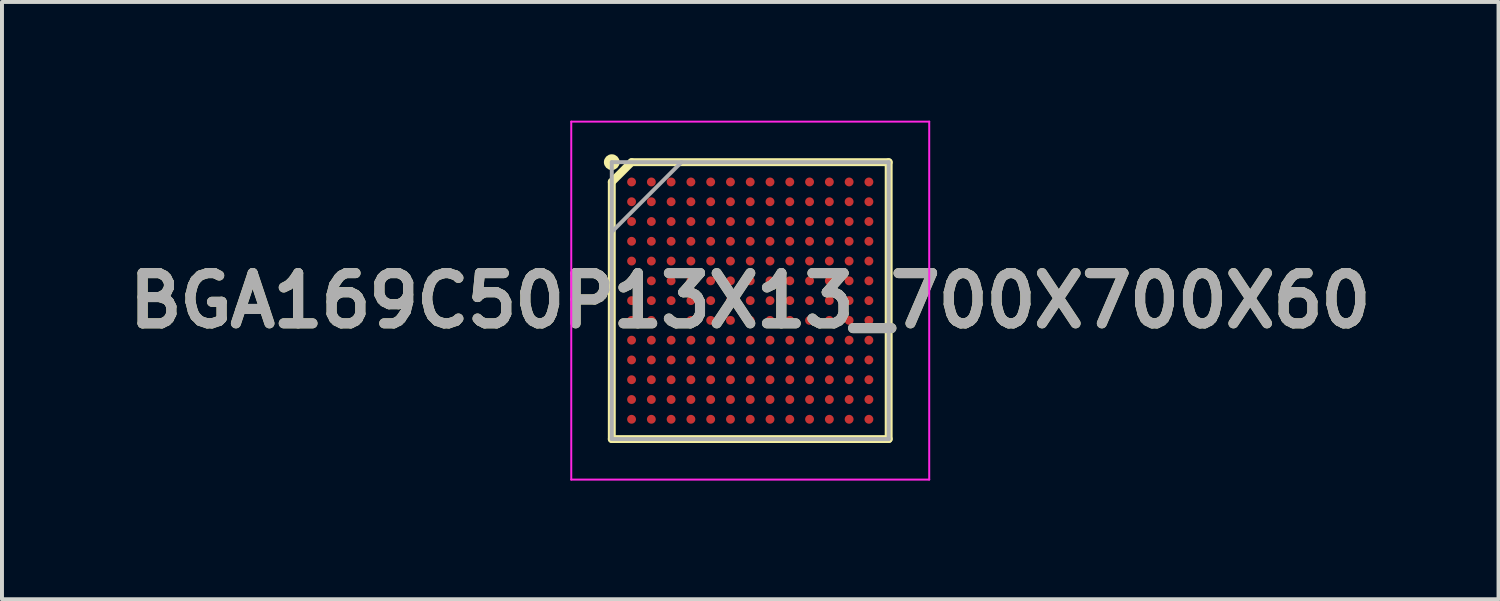
<source format=kicad_pcb>
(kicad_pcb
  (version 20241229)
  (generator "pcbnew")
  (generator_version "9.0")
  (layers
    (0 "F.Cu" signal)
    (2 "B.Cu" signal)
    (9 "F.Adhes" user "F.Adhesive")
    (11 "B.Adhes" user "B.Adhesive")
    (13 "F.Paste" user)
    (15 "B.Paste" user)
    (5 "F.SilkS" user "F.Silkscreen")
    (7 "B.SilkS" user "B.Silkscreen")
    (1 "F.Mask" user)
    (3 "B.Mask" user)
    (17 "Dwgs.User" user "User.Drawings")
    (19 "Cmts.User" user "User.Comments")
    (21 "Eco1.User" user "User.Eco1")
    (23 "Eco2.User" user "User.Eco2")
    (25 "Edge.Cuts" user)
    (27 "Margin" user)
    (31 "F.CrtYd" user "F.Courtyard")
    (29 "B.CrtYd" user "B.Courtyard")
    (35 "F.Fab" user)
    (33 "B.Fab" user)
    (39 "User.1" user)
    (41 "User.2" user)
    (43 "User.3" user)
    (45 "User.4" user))
  (footprint "BGA169C50P13X13_700X700X60"
    (layer "F.Cu")
    (at 15.917 4.55)
    (property "Reference" "BGA169C50P13X13_700X700X60" (at 0 0 0) (layer "F.SilkS") (effects (font (size 1.27 1.27) (thickness 0.254))))
    (attr smd)
    (fp_line (start -3.5 -3) (end -3 -3.5) (stroke (width 0.2) (type solid)) (layer "F.SilkS"))
    (fp_line (start -3.5 3.5) (end -3.5 -3) (stroke (width 0.2) (type solid)) (layer "F.SilkS"))
    (fp_line (start -3 -3.5) (end 3.5 -3.5) (stroke (width 0.2) (type solid)) (layer "F.SilkS"))
    (fp_line (start 3.5 -3.5) (end 3.5 3.5) (stroke (width 0.2) (type solid)) (layer "F.SilkS"))
    (fp_line (start 3.5 3.5) (end -3.5 3.5) (stroke (width 0.2) (type solid)) (layer "F.SilkS"))
    (fp_circle (center -3.5 -3.5) (end -3.5 -3.4) (stroke (width 0.2) (type solid)) (fill no) (layer "F.SilkS"))
    (fp_line (start -4.525 -4.525) (end 4.525 -4.525) (stroke (width 0.05) (type solid)) (layer "F.CrtYd"))
    (fp_line (start -4.525 4.525) (end -4.525 -4.525) (stroke (width 0.05) (type solid)) (layer "F.CrtYd"))
    (fp_line (start 4.525 -4.525) (end 4.525 4.525) (stroke (width 0.05) (type solid)) (layer "F.CrtYd"))
    (fp_line (start 4.525 4.525) (end -4.525 4.525) (stroke (width 0.05) (type solid)) (layer "F.CrtYd"))
    (fp_line (start -3.5 -3.5) (end 3.5 -3.5) (stroke (width 0.1) (type solid)) (layer "F.Fab"))
    (fp_line (start -3.5 -1.738) (end -1.738 -3.5) (stroke (width 0.1) (type solid)) (layer "F.Fab"))
    (fp_line (start -3.5 3.5) (end -3.5 -3.5) (stroke (width 0.1) (type solid)) (layer "F.Fab"))
    (fp_line (start 3.5 -3.5) (end 3.5 3.5) (stroke (width 0.1) (type solid)) (layer "F.Fab"))
    (fp_line (start 3.5 3.5) (end -3.5 3.5) (stroke (width 0.1) (type solid)) (layer "F.Fab"))
    (fp_text user "${REFERENCE}" (at 0 0 0) (layer "F.Fab") (effects (font (size 1.27 1.27) (thickness 0.254))))
    (pad "A1" smd circle (at -3 -3 90) (size 0.224 0.224) (layers "F.Cu" "F.Mask" "F.Paste"))
    (pad "A2" smd circle (at -2.5 -3 90) (size 0.224 0.224) (layers "F.Cu" "F.Mask" "F.Paste"))
    (pad "A3" smd circle (at -2 -3 90) (size 0.224 0.224) (layers "F.Cu" "F.Mask" "F.Paste"))
    (pad "A4" smd circle (at -1.5 -3 90) (size 0.224 0.224) (layers "F.Cu" "F.Mask" "F.Paste"))
    (pad "A5" smd circle (at -1 -3 90) (size 0.224 0.224) (layers "F.Cu" "F.Mask" "F.Paste"))
    (pad "A6" smd circle (at -0.5 -3 90) (size 0.224 0.224) (layers "F.Cu" "F.Mask" "F.Paste"))
    (pad "A7" smd circle (at 0 -3 90) (size 0.224 0.224) (layers "F.Cu" "F.Mask" "F.Paste"))
    (pad "A8" smd circle (at 0.5 -3 90) (size 0.224 0.224) (layers "F.Cu" "F.Mask" "F.Paste"))
    (pad "A9" smd circle (at 1 -3 90) (size 0.224 0.224) (layers "F.Cu" "F.Mask" "F.Paste"))
    (pad "A10" smd circle (at 1.5 -3 90) (size 0.224 0.224) (layers "F.Cu" "F.Mask" "F.Paste"))
    (pad "A11" smd circle (at 2 -3 90) (size 0.224 0.224) (layers "F.Cu" "F.Mask" "F.Paste"))
    (pad "A12" smd circle (at 2.5 -3 90) (size 0.224 0.224) (layers "F.Cu" "F.Mask" "F.Paste"))
    (pad "A13" smd circle (at 3 -3 90) (size 0.224 0.224) (layers "F.Cu" "F.Mask" "F.Paste"))
    (pad "B1" smd circle (at -3 -2.5 90) (size 0.224 0.224) (layers "F.Cu" "F.Mask" "F.Paste"))
    (pad "B2" smd circle (at -2.5 -2.5 90) (size 0.224 0.224) (layers "F.Cu" "F.Mask" "F.Paste"))
    (pad "B3" smd circle (at -2 -2.5 90) (size 0.224 0.224) (layers "F.Cu" "F.Mask" "F.Paste"))
    (pad "B4" smd circle (at -1.5 -2.5 90) (size 0.224 0.224) (layers "F.Cu" "F.Mask" "F.Paste"))
    (pad "B5" smd circle (at -1 -2.5 90) (size 0.224 0.224) (layers "F.Cu" "F.Mask" "F.Paste"))
    (pad "B6" smd circle (at -0.5 -2.5 90) (size 0.224 0.224) (layers "F.Cu" "F.Mask" "F.Paste"))
    (pad "B7" smd circle (at 0 -2.5 90) (size 0.224 0.224) (layers "F.Cu" "F.Mask" "F.Paste"))
    (pad "B8" smd circle (at 0.5 -2.5 90) (size 0.224 0.224) (layers "F.Cu" "F.Mask" "F.Paste"))
    (pad "B9" smd circle (at 1 -2.5 90) (size 0.224 0.224) (layers "F.Cu" "F.Mask" "F.Paste"))
    (pad "B10" smd circle (at 1.5 -2.5 90) (size 0.224 0.224) (layers "F.Cu" "F.Mask" "F.Paste"))
    (pad "B11" smd circle (at 2 -2.5 90) (size 0.224 0.224) (layers "F.Cu" "F.Mask" "F.Paste"))
    (pad "B12" smd circle (at 2.5 -2.5 90) (size 0.224 0.224) (layers "F.Cu" "F.Mask" "F.Paste"))
    (pad "B13" smd circle (at 3 -2.5 90) (size 0.224 0.224) (layers "F.Cu" "F.Mask" "F.Paste"))
    (pad "C1" smd circle (at -3 -2 90) (size 0.224 0.224) (layers "F.Cu" "F.Mask" "F.Paste"))
    (pad "C2" smd circle (at -2.5 -2 90) (size 0.224 0.224) (layers "F.Cu" "F.Mask" "F.Paste"))
    (pad "C3" smd circle (at -2 -2 90) (size 0.224 0.224) (layers "F.Cu" "F.Mask" "F.Paste"))
    (pad "C4" smd circle (at -1.5 -2 90) (size 0.224 0.224) (layers "F.Cu" "F.Mask" "F.Paste"))
    (pad "C5" smd circle (at -1 -2 90) (size 0.224 0.224) (layers "F.Cu" "F.Mask" "F.Paste"))
    (pad "C6" smd circle (at -0.5 -2 90) (size 0.224 0.224) (layers "F.Cu" "F.Mask" "F.Paste"))
    (pad "C7" smd circle (at 0 -2 90) (size 0.224 0.224) (layers "F.Cu" "F.Mask" "F.Paste"))
    (pad "C8" smd circle (at 0.5 -2 90) (size 0.224 0.224) (layers "F.Cu" "F.Mask" "F.Paste"))
    (pad "C9" smd circle (at 1 -2 90) (size 0.224 0.224) (layers "F.Cu" "F.Mask" "F.Paste"))
    (pad "C10" smd circle (at 1.5 -2 90) (size 0.224 0.224) (layers "F.Cu" "F.Mask" "F.Paste"))
    (pad "C11" smd circle (at 2 -2 90) (size 0.224 0.224) (layers "F.Cu" "F.Mask" "F.Paste"))
    (pad "C12" smd circle (at 2.5 -2 90) (size 0.224 0.224) (layers "F.Cu" "F.Mask" "F.Paste"))
    (pad "C13" smd circle (at 3 -2 90) (size 0.224 0.224) (layers "F.Cu" "F.Mask" "F.Paste"))
    (pad "D1" smd circle (at -3 -1.5 90) (size 0.224 0.224) (layers "F.Cu" "F.Mask" "F.Paste"))
    (pad "D2" smd circle (at -2.5 -1.5 90) (size 0.224 0.224) (layers "F.Cu" "F.Mask" "F.Paste"))
    (pad "D3" smd circle (at -2 -1.5 90) (size 0.224 0.224) (layers "F.Cu" "F.Mask" "F.Paste"))
    (pad "D4" smd circle (at -1.5 -1.5 90) (size 0.224 0.224) (layers "F.Cu" "F.Mask" "F.Paste"))
    (pad "D5" smd circle (at -1 -1.5 90) (size 0.224 0.224) (layers "F.Cu" "F.Mask" "F.Paste"))
    (pad "D6" smd circle (at -0.5 -1.5 90) (size 0.224 0.224) (layers "F.Cu" "F.Mask" "F.Paste"))
    (pad "D7" smd circle (at 0 -1.5 90) (size 0.224 0.224) (layers "F.Cu" "F.Mask" "F.Paste"))
    (pad "D8" smd circle (at 0.5 -1.5 90) (size 0.224 0.224) (layers "F.Cu" "F.Mask" "F.Paste"))
    (pad "D9" smd circle (at 1 -1.5 90) (size 0.224 0.224) (layers "F.Cu" "F.Mask" "F.Paste"))
    (pad "D10" smd circle (at 1.5 -1.5 90) (size 0.224 0.224) (layers "F.Cu" "F.Mask" "F.Paste"))
    (pad "D11" smd circle (at 2 -1.5 90) (size 0.224 0.224) (layers "F.Cu" "F.Mask" "F.Paste"))
    (pad "D12" smd circle (at 2.5 -1.5 90) (size 0.224 0.224) (layers "F.Cu" "F.Mask" "F.Paste"))
    (pad "D13" smd circle (at 3 -1.5 90) (size 0.224 0.224) (layers "F.Cu" "F.Mask" "F.Paste"))
    (pad "E1" smd circle (at -3 -1 90) (size 0.224 0.224) (layers "F.Cu" "F.Mask" "F.Paste"))
    (pad "E2" smd circle (at -2.5 -1 90) (size 0.224 0.224) (layers "F.Cu" "F.Mask" "F.Paste"))
    (pad "E3" smd circle (at -2 -1 90) (size 0.224 0.224) (layers "F.Cu" "F.Mask" "F.Paste"))
    (pad "E4" smd circle (at -1.5 -1 90) (size 0.224 0.224) (layers "F.Cu" "F.Mask" "F.Paste"))
    (pad "E5" smd circle (at -1 -1 90) (size 0.224 0.224) (layers "F.Cu" "F.Mask" "F.Paste"))
    (pad "E6" smd circle (at -0.5 -1 90) (size 0.224 0.224) (layers "F.Cu" "F.Mask" "F.Paste"))
    (pad "E7" smd circle (at 0 -1 90) (size 0.224 0.224) (layers "F.Cu" "F.Mask" "F.Paste"))
    (pad "E8" smd circle (at 0.5 -1 90) (size 0.224 0.224) (layers "F.Cu" "F.Mask" "F.Paste"))
    (pad "E9" smd circle (at 1 -1 90) (size 0.224 0.224) (layers "F.Cu" "F.Mask" "F.Paste"))
    (pad "E10" smd circle (at 1.5 -1 90) (size 0.224 0.224) (layers "F.Cu" "F.Mask" "F.Paste"))
    (pad "E11" smd circle (at 2 -1 90) (size 0.224 0.224) (layers "F.Cu" "F.Mask" "F.Paste"))
    (pad "E12" smd circle (at 2.5 -1 90) (size 0.224 0.224) (layers "F.Cu" "F.Mask" "F.Paste"))
    (pad "E13" smd circle (at 3 -1 90) (size 0.224 0.224) (layers "F.Cu" "F.Mask" "F.Paste"))
    (pad "F1" smd circle (at -3 -0.5 90) (size 0.224 0.224) (layers "F.Cu" "F.Mask" "F.Paste"))
    (pad "F2" smd circle (at -2.5 -0.5 90) (size 0.224 0.224) (layers "F.Cu" "F.Mask" "F.Paste"))
    (pad "F3" smd circle (at -2 -0.5 90) (size 0.224 0.224) (layers "F.Cu" "F.Mask" "F.Paste"))
    (pad "F4" smd circle (at -1.5 -0.5 90) (size 0.224 0.224) (layers "F.Cu" "F.Mask" "F.Paste"))
    (pad "F5" smd circle (at -1 -0.5 90) (size 0.224 0.224) (layers "F.Cu" "F.Mask" "F.Paste"))
    (pad "F6" smd circle (at -0.5 -0.5 90) (size 0.224 0.224) (layers "F.Cu" "F.Mask" "F.Paste"))
    (pad "F7" smd circle (at 0 -0.5 90) (size 0.224 0.224) (layers "F.Cu" "F.Mask" "F.Paste"))
    (pad "F8" smd circle (at 0.5 -0.5 90) (size 0.224 0.224) (layers "F.Cu" "F.Mask" "F.Paste"))
    (pad "F9" smd circle (at 1 -0.5 90) (size 0.224 0.224) (layers "F.Cu" "F.Mask" "F.Paste"))
    (pad "F10" smd circle (at 1.5 -0.5 90) (size 0.224 0.224) (layers "F.Cu" "F.Mask" "F.Paste"))
    (pad "F11" smd circle (at 2 -0.5 90) (size 0.224 0.224) (layers "F.Cu" "F.Mask" "F.Paste"))
    (pad "F12" smd circle (at 2.5 -0.5 90) (size 0.224 0.224) (layers "F.Cu" "F.Mask" "F.Paste"))
    (pad "F13" smd circle (at 3 -0.5 90) (size 0.224 0.224) (layers "F.Cu" "F.Mask" "F.Paste"))
    (pad "G1" smd circle (at -3 0 90) (size 0.224 0.224) (layers "F.Cu" "F.Mask" "F.Paste"))
    (pad "G2" smd circle (at -2.5 0 90) (size 0.224 0.224) (layers "F.Cu" "F.Mask" "F.Paste"))
    (pad "G3" smd circle (at -2 0 90) (size 0.224 0.224) (layers "F.Cu" "F.Mask" "F.Paste"))
    (pad "G4" smd circle (at -1.5 0 90) (size 0.224 0.224) (layers "F.Cu" "F.Mask" "F.Paste"))
    (pad "G5" smd circle (at -1 0 90) (size 0.224 0.224) (layers "F.Cu" "F.Mask" "F.Paste"))
    (pad "G6" smd circle (at -0.5 0 90) (size 0.224 0.224) (layers "F.Cu" "F.Mask" "F.Paste"))
    (pad "G7" smd circle (at 0 0 90) (size 0.224 0.224) (layers "F.Cu" "F.Mask" "F.Paste"))
    (pad "G8" smd circle (at 0.5 0 90) (size 0.224 0.224) (layers "F.Cu" "F.Mask" "F.Paste"))
    (pad "G9" smd circle (at 1 0 90) (size 0.224 0.224) (layers "F.Cu" "F.Mask" "F.Paste"))
    (pad "G10" smd circle (at 1.5 0 90) (size 0.224 0.224) (layers "F.Cu" "F.Mask" "F.Paste"))
    (pad "G11" smd circle (at 2 0 90) (size 0.224 0.224) (layers "F.Cu" "F.Mask" "F.Paste"))
    (pad "G12" smd circle (at 2.5 0 90) (size 0.224 0.224) (layers "F.Cu" "F.Mask" "F.Paste"))
    (pad "G13" smd circle (at 3 0 90) (size 0.224 0.224) (layers "F.Cu" "F.Mask" "F.Paste"))
    (pad "H1" smd circle (at -3 0.5 90) (size 0.224 0.224) (layers "F.Cu" "F.Mask" "F.Paste"))
    (pad "H2" smd circle (at -2.5 0.5 90) (size 0.224 0.224) (layers "F.Cu" "F.Mask" "F.Paste"))
    (pad "H3" smd circle (at -2 0.5 90) (size 0.224 0.224) (layers "F.Cu" "F.Mask" "F.Paste"))
    (pad "H4" smd circle (at -1.5 0.5 90) (size 0.224 0.224) (layers "F.Cu" "F.Mask" "F.Paste"))
    (pad "H5" smd circle (at -1 0.5 90) (size 0.224 0.224) (layers "F.Cu" "F.Mask" "F.Paste"))
    (pad "H6" smd circle (at -0.5 0.5 90) (size 0.224 0.224) (layers "F.Cu" "F.Mask" "F.Paste"))
    (pad "H7" smd circle (at 0 0.5 90) (size 0.224 0.224) (layers "F.Cu" "F.Mask" "F.Paste"))
    (pad "H8" smd circle (at 0.5 0.5 90) (size 0.224 0.224) (layers "F.Cu" "F.Mask" "F.Paste"))
    (pad "H9" smd circle (at 1 0.5 90) (size 0.224 0.224) (layers "F.Cu" "F.Mask" "F.Paste"))
    (pad "H10" smd circle (at 1.5 0.5 90) (size 0.224 0.224) (layers "F.Cu" "F.Mask" "F.Paste"))
    (pad "H11" smd circle (at 2 0.5 90) (size 0.224 0.224) (layers "F.Cu" "F.Mask" "F.Paste"))
    (pad "H12" smd circle (at 2.5 0.5 90) (size 0.224 0.224) (layers "F.Cu" "F.Mask" "F.Paste"))
    (pad "H13" smd circle (at 3 0.5 90) (size 0.224 0.224) (layers "F.Cu" "F.Mask" "F.Paste"))
    (pad "J1" smd circle (at -3 1 90) (size 0.224 0.224) (layers "F.Cu" "F.Mask" "F.Paste"))
    (pad "J2" smd circle (at -2.5 1 90) (size 0.224 0.224) (layers "F.Cu" "F.Mask" "F.Paste"))
    (pad "J3" smd circle (at -2 1 90) (size 0.224 0.224) (layers "F.Cu" "F.Mask" "F.Paste"))
    (pad "J4" smd circle (at -1.5 1 90) (size 0.224 0.224) (layers "F.Cu" "F.Mask" "F.Paste"))
    (pad "J5" smd circle (at -1 1 90) (size 0.224 0.224) (layers "F.Cu" "F.Mask" "F.Paste"))
    (pad "J6" smd circle (at -0.5 1 90) (size 0.224 0.224) (layers "F.Cu" "F.Mask" "F.Paste"))
    (pad "J7" smd circle (at 0 1 90) (size 0.224 0.224) (layers "F.Cu" "F.Mask" "F.Paste"))
    (pad "J8" smd circle (at 0.5 1 90) (size 0.224 0.224) (layers "F.Cu" "F.Mask" "F.Paste"))
    (pad "J9" smd circle (at 1 1 90) (size 0.224 0.224) (layers "F.Cu" "F.Mask" "F.Paste"))
    (pad "J10" smd circle (at 1.5 1 90) (size 0.224 0.224) (layers "F.Cu" "F.Mask" "F.Paste"))
    (pad "J11" smd circle (at 2 1 90) (size 0.224 0.224) (layers "F.Cu" "F.Mask" "F.Paste"))
    (pad "J12" smd circle (at 2.5 1 90) (size 0.224 0.224) (layers "F.Cu" "F.Mask" "F.Paste"))
    (pad "J13" smd circle (at 3 1 90) (size 0.224 0.224) (layers "F.Cu" "F.Mask" "F.Paste"))
    (pad "K1" smd circle (at -3 1.5 90) (size 0.224 0.224) (layers "F.Cu" "F.Mask" "F.Paste"))
    (pad "K2" smd circle (at -2.5 1.5 90) (size 0.224 0.224) (layers "F.Cu" "F.Mask" "F.Paste"))
    (pad "K3" smd circle (at -2 1.5 90) (size 0.224 0.224) (layers "F.Cu" "F.Mask" "F.Paste"))
    (pad "K4" smd circle (at -1.5 1.5 90) (size 0.224 0.224) (layers "F.Cu" "F.Mask" "F.Paste"))
    (pad "K5" smd circle (at -1 1.5 90) (size 0.224 0.224) (layers "F.Cu" "F.Mask" "F.Paste"))
    (pad "K6" smd circle (at -0.5 1.5 90) (size 0.224 0.224) (layers "F.Cu" "F.Mask" "F.Paste"))
    (pad "K7" smd circle (at 0 1.5 90) (size 0.224 0.224) (layers "F.Cu" "F.Mask" "F.Paste"))
    (pad "K8" smd circle (at 0.5 1.5 90) (size 0.224 0.224) (layers "F.Cu" "F.Mask" "F.Paste"))
    (pad "K9" smd circle (at 1 1.5 90) (size 0.224 0.224) (layers "F.Cu" "F.Mask" "F.Paste"))
    (pad "K10" smd circle (at 1.5 1.5 90) (size 0.224 0.224) (layers "F.Cu" "F.Mask" "F.Paste"))
    (pad "K11" smd circle (at 2 1.5 90) (size 0.224 0.224) (layers "F.Cu" "F.Mask" "F.Paste"))
    (pad "K12" smd circle (at 2.5 1.5 90) (size 0.224 0.224) (layers "F.Cu" "F.Mask" "F.Paste"))
    (pad "K13" smd circle (at 3 1.5 90) (size 0.224 0.224) (layers "F.Cu" "F.Mask" "F.Paste"))
    (pad "L1" smd circle (at -3 2 90) (size 0.224 0.224) (layers "F.Cu" "F.Mask" "F.Paste"))
    (pad "L2" smd circle (at -2.5 2 90) (size 0.224 0.224) (layers "F.Cu" "F.Mask" "F.Paste"))
    (pad "L3" smd circle (at -2 2 90) (size 0.224 0.224) (layers "F.Cu" "F.Mask" "F.Paste"))
    (pad "L4" smd circle (at -1.5 2 90) (size 0.224 0.224) (layers "F.Cu" "F.Mask" "F.Paste"))
    (pad "L5" smd circle (at -1 2 90) (size 0.224 0.224) (layers "F.Cu" "F.Mask" "F.Paste"))
    (pad "L6" smd circle (at -0.5 2 90) (size 0.224 0.224) (layers "F.Cu" "F.Mask" "F.Paste"))
    (pad "L7" smd circle (at 0 2 90) (size 0.224 0.224) (layers "F.Cu" "F.Mask" "F.Paste"))
    (pad "L8" smd circle (at 0.5 2 90) (size 0.224 0.224) (layers "F.Cu" "F.Mask" "F.Paste"))
    (pad "L9" smd circle (at 1 2 90) (size 0.224 0.224) (layers "F.Cu" "F.Mask" "F.Paste"))
    (pad "L10" smd circle (at 1.5 2 90) (size 0.224 0.224) (layers "F.Cu" "F.Mask" "F.Paste"))
    (pad "L11" smd circle (at 2 2 90) (size 0.224 0.224) (layers "F.Cu" "F.Mask" "F.Paste"))
    (pad "L12" smd circle (at 2.5 2 90) (size 0.224 0.224) (layers "F.Cu" "F.Mask" "F.Paste"))
    (pad "L13" smd circle (at 3 2 90) (size 0.224 0.224) (layers "F.Cu" "F.Mask" "F.Paste"))
    (pad "M1" smd circle (at -3 2.5 90) (size 0.224 0.224) (layers "F.Cu" "F.Mask" "F.Paste"))
    (pad "M2" smd circle (at -2.5 2.5 90) (size 0.224 0.224) (layers "F.Cu" "F.Mask" "F.Paste"))
    (pad "M3" smd circle (at -2 2.5 90) (size 0.224 0.224) (layers "F.Cu" "F.Mask" "F.Paste"))
    (pad "M4" smd circle (at -1.5 2.5 90) (size 0.224 0.224) (layers "F.Cu" "F.Mask" "F.Paste"))
    (pad "M5" smd circle (at -1 2.5 90) (size 0.224 0.224) (layers "F.Cu" "F.Mask" "F.Paste"))
    (pad "M6" smd circle (at -0.5 2.5 90) (size 0.224 0.224) (layers "F.Cu" "F.Mask" "F.Paste"))
    (pad "M7" smd circle (at 0 2.5 90) (size 0.224 0.224) (layers "F.Cu" "F.Mask" "F.Paste"))
    (pad "M8" smd circle (at 0.5 2.5 90) (size 0.224 0.224) (layers "F.Cu" "F.Mask" "F.Paste"))
    (pad "M9" smd circle (at 1 2.5 90) (size 0.224 0.224) (layers "F.Cu" "F.Mask" "F.Paste"))
    (pad "M10" smd circle (at 1.5 2.5 90) (size 0.224 0.224) (layers "F.Cu" "F.Mask" "F.Paste"))
    (pad "M11" smd circle (at 2 2.5 90) (size 0.224 0.224) (layers "F.Cu" "F.Mask" "F.Paste"))
    (pad "M12" smd circle (at 2.5 2.5 90) (size 0.224 0.224) (layers "F.Cu" "F.Mask" "F.Paste"))
    (pad "M13" smd circle (at 3 2.5 90) (size 0.224 0.224) (layers "F.Cu" "F.Mask" "F.Paste"))
    (pad "N1" smd circle (at -3 3 90) (size 0.224 0.224) (layers "F.Cu" "F.Mask" "F.Paste"))
    (pad "N2" smd circle (at -2.5 3 90) (size 0.224 0.224) (layers "F.Cu" "F.Mask" "F.Paste"))
    (pad "N3" smd circle (at -2 3 90) (size 0.224 0.224) (layers "F.Cu" "F.Mask" "F.Paste"))
    (pad "N4" smd circle (at -1.5 3 90) (size 0.224 0.224) (layers "F.Cu" "F.Mask" "F.Paste"))
    (pad "N5" smd circle (at -1 3 90) (size 0.224 0.224) (layers "F.Cu" "F.Mask" "F.Paste"))
    (pad "N6" smd circle (at -0.5 3 90) (size 0.224 0.224) (layers "F.Cu" "F.Mask" "F.Paste"))
    (pad "N7" smd circle (at 0 3 90) (size 0.224 0.224) (layers "F.Cu" "F.Mask" "F.Paste"))
    (pad "N8" smd circle (at 0.5 3 90) (size 0.224 0.224) (layers "F.Cu" "F.Mask" "F.Paste"))
    (pad "N9" smd circle (at 1 3 90) (size 0.224 0.224) (layers "F.Cu" "F.Mask" "F.Paste"))
    (pad "N10" smd circle (at 1.5 3 90) (size 0.224 0.224) (layers "F.Cu" "F.Mask" "F.Paste"))
    (pad "N11" smd circle (at 2 3 90) (size 0.224 0.224) (layers "F.Cu" "F.Mask" "F.Paste"))
    (pad "N12" smd circle (at 2.5 3 90) (size 0.224 0.224) (layers "F.Cu" "F.Mask" "F.Paste"))
    (pad "N13" smd circle (at 3 3 90) (size 0.224 0.224) (layers "F.Cu" "F.Mask" "F.Paste")))
  (gr_rect
    (start -3 -3)
    (end 34.835 12.1)
    (stroke (width 0.1) (type default))
    (fill no)
    (layer "Edge.Cuts")))
</source>
